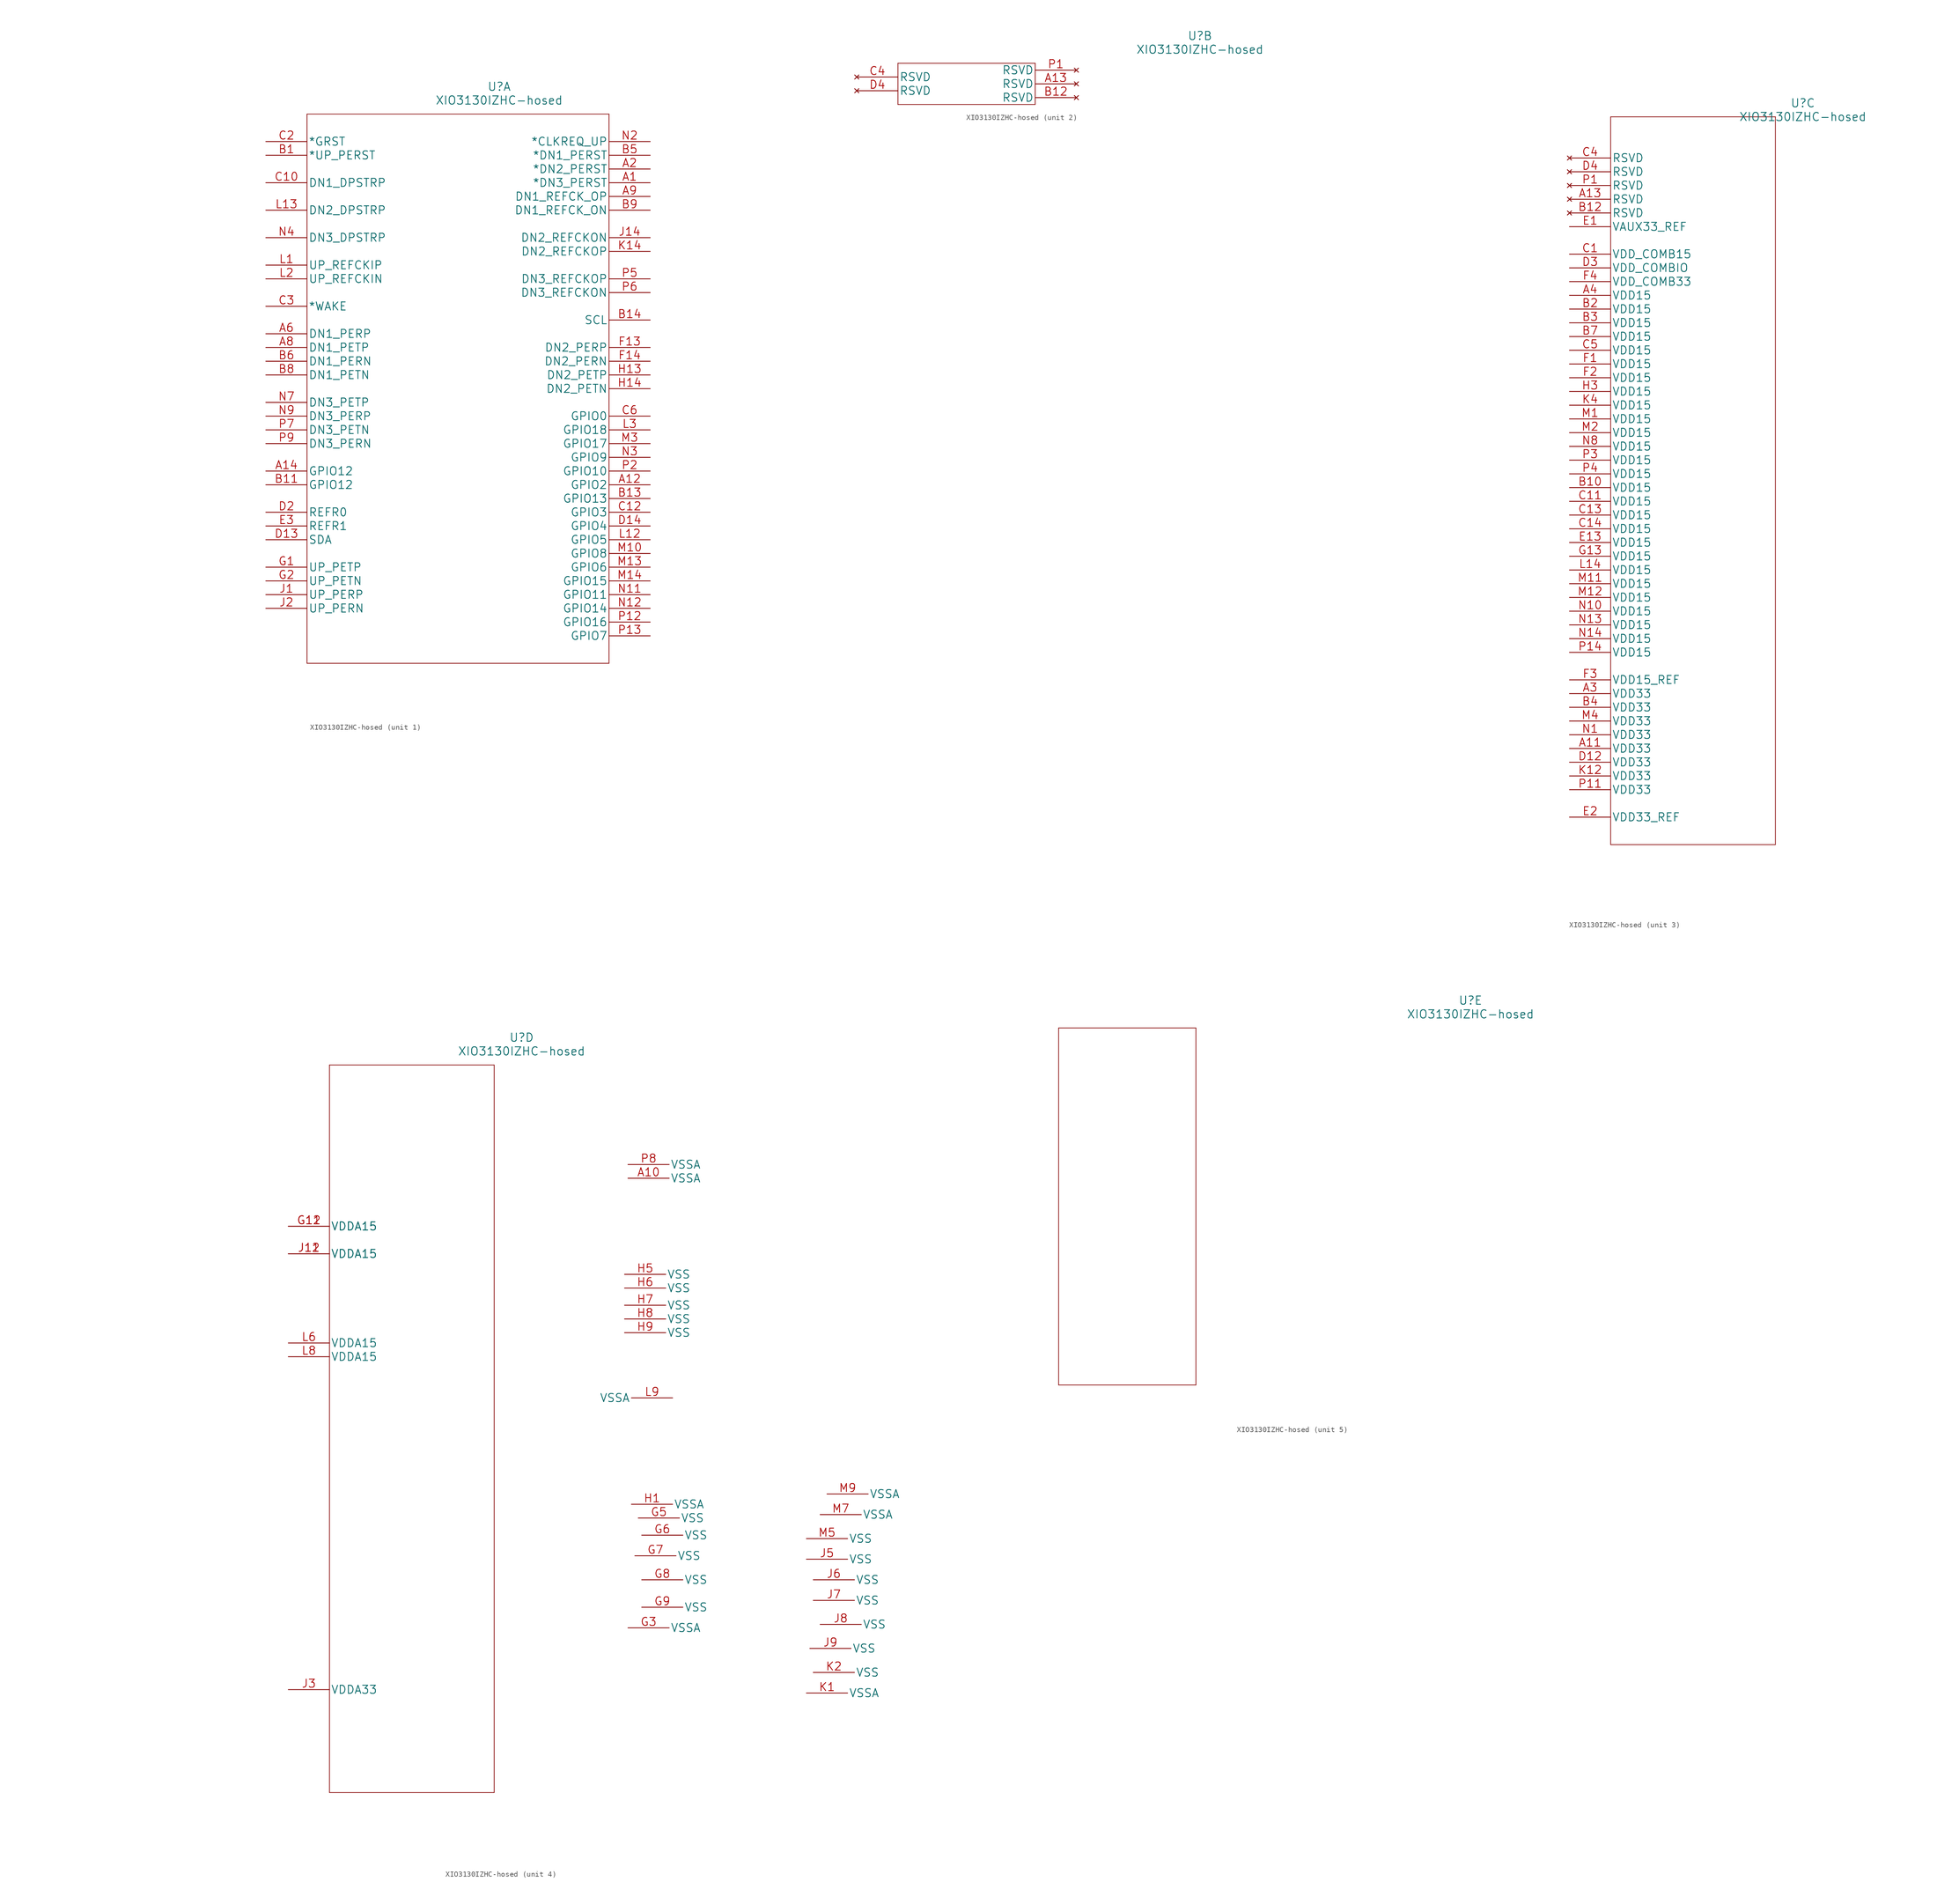
<source format=kicad_sym>
(kicad_symbol_lib
  (version 20201005)
  (generator kicad_symbol_editor)
  (symbol "AP3000:XIO3130IZHC-hosed"
    (pin_names
      (offset 0.254))
    (property "Reference" "U"
      (at 43.18 10.16 0)
      (effects (font (size 1.524 1.524))))
    (property "Value" "XIO3130IZHC-hosed"
      (at 43.18 7.62 0)
      (effects (font (size 1.524 1.524))))
    (property "Datasheet" ""
      (at -34.29 1.27 0)
      (effects (font (size 1.524 1.524))))
    (symbol "XIO3130IZHC-hosed_1_1"
      (polyline (pts (xy 7.62 -96.52) (xy 63.5 -96.52)) (stroke (width 0.127)) (fill (type none)))
      (polyline (pts (xy 7.62 5.08) (xy 7.62 -96.52)) (stroke (width 0.127)) (fill (type none)))
      (polyline (pts (xy 63.5 -96.52) (xy 63.5 5.08)) (stroke (width 0.127)) (fill (type none)))
      (polyline (pts (xy 63.5 5.08) (xy 7.62 5.08)) (stroke (width 0.127)) (fill (type none)))
      (pin output line (at 71.12 -7.62 180) (length 7.62) (name "*DN3_PERST" (effects (font (size 1.499 1.499)))) (number "A1" (effects (font (size 1.499 1.499)))))
      (pin bidirectional line (at 71.12 -63.5 180) (length 7.62) (name "GPIO2" (effects (font (size 1.499 1.499)))) (number "A12" (effects (font (size 1.499 1.499)))))
      (pin bidirectional line (at 0 -60.96 0) (length 7.62) (name "GPIO12" (effects (font (size 1.499 1.499)))) (number "A14" (effects (font (size 1.499 1.499)))))
      (pin output line (at 71.12 -5.08 180) (length 7.62) (name "*DN2_PERST" (effects (font (size 1.499 1.499)))) (number "A2" (effects (font (size 1.499 1.499)))))
      (pin unspecified line (at 0 -35.56 0) (length 7.62) (name "DN1_PERP" (effects (font (size 1.499 1.499)))) (number "A6" (effects (font (size 1.499 1.499)))))
      (pin unspecified line (at 0 -38.1 0) (length 7.62) (name "DN1_PETP" (effects (font (size 1.499 1.499)))) (number "A8" (effects (font (size 1.499 1.499)))))
      (pin output line (at 71.12 -10.16 180) (length 7.62) (name "DN1_REFCK_OP" (effects (font (size 1.499 1.499)))) (number "A9" (effects (font (size 1.499 1.499)))))
      (pin input line (at 0 -2.54 0) (length 7.62) (name "*UP_PERST" (effects (font (size 1.499 1.499)))) (number "B1" (effects (font (size 1.499 1.499)))))
      (pin bidirectional line (at 0 -63.5 0) (length 7.62) (name "GPIO12" (effects (font (size 1.499 1.499)))) (number "B11" (effects (font (size 1.499 1.499)))))
      (pin bidirectional line (at 71.12 -66.04 180) (length 7.62) (name "GPIO13" (effects (font (size 1.499 1.499)))) (number "B13" (effects (font (size 1.499 1.499)))))
      (pin output line (at 71.12 -33.02 180) (length 7.62) (name "SCL" (effects (font (size 1.499 1.499)))) (number "B14" (effects (font (size 1.499 1.499)))))
      (pin output line (at 71.12 -2.54 180) (length 7.62) (name "*DN1_PERST" (effects (font (size 1.499 1.499)))) (number "B5" (effects (font (size 1.499 1.499)))))
      (pin unspecified line (at 0 -40.64 0) (length 7.62) (name "DN1_PERN" (effects (font (size 1.499 1.499)))) (number "B6" (effects (font (size 1.499 1.499)))))
      (pin unspecified line (at 0 -43.18 0) (length 7.62) (name "DN1_PETN" (effects (font (size 1.499 1.499)))) (number "B8" (effects (font (size 1.499 1.499)))))
      (pin output line (at 71.12 -12.7 180) (length 7.62) (name "DN1_REFCK_ON" (effects (font (size 1.499 1.499)))) (number "B9" (effects (font (size 1.499 1.499)))))
      (pin input line (at 0 -7.62 0) (length 7.62) (name "DN1_DPSTRP" (effects (font (size 1.499 1.499)))) (number "C10" (effects (font (size 1.499 1.499)))))
      (pin bidirectional line (at 71.12 -68.58 180) (length 7.62) (name "GPIO3" (effects (font (size 1.499 1.499)))) (number "C12" (effects (font (size 1.499 1.499)))))
      (pin input line (at 0 0 0) (length 7.62) (name "*GRST" (effects (font (size 1.499 1.499)))) (number "C2" (effects (font (size 1.499 1.499)))))
      (pin unspecified line (at 0 -30.48 0) (length 7.62) (name "*WAKE" (effects (font (size 1.499 1.499)))) (number "C3" (effects (font (size 1.499 1.499)))))
      (pin bidirectional line (at 71.12 -50.8 180) (length 7.62) (name "GPIO0" (effects (font (size 1.499 1.499)))) (number "C6" (effects (font (size 1.499 1.499)))))
      (pin bidirectional line (at 0 -73.66 0) (length 7.62) (name "SDA" (effects (font (size 1.499 1.499)))) (number "D13" (effects (font (size 1.499 1.499)))))
      (pin bidirectional line (at 71.12 -71.12 180) (length 7.62) (name "GPIO4" (effects (font (size 1.499 1.499)))) (number "D14" (effects (font (size 1.499 1.499)))))
      (pin unspecified line (at 0 -68.58 0) (length 7.62) (name "REFR0" (effects (font (size 1.499 1.499)))) (number "D2" (effects (font (size 1.499 1.499)))))
      (pin unspecified line (at 0 -71.12 0) (length 7.62) (name "REFR1" (effects (font (size 1.499 1.499)))) (number "E3" (effects (font (size 1.499 1.499)))))
      (pin unspecified line (at 71.12 -38.1 180) (length 7.62) (name "DN2_PERP" (effects (font (size 1.499 1.499)))) (number "F13" (effects (font (size 1.499 1.499)))))
      (pin unspecified line (at 71.12 -40.64 180) (length 7.62) (name "DN2_PERN" (effects (font (size 1.499 1.499)))) (number "F14" (effects (font (size 1.499 1.499)))))
      (pin unspecified line (at 0 -78.74 0) (length 7.62) (name "UP_PETP" (effects (font (size 1.499 1.499)))) (number "G1" (effects (font (size 1.499 1.499)))))
      (pin unspecified line (at 0 -81.28 0) (length 7.62) (name "UP_PETN" (effects (font (size 1.499 1.499)))) (number "G2" (effects (font (size 1.499 1.499)))))
      (pin unspecified line (at 71.12 -43.18 180) (length 7.62) (name "DN2_PETP" (effects (font (size 1.499 1.499)))) (number "H13" (effects (font (size 1.499 1.499)))))
      (pin unspecified line (at 71.12 -45.72 180) (length 7.62) (name "DN2_PETN" (effects (font (size 1.499 1.499)))) (number "H14" (effects (font (size 1.499 1.499)))))
      (pin unspecified line (at 0 -83.82 0) (length 7.62) (name "UP_PERP" (effects (font (size 1.499 1.499)))) (number "J1" (effects (font (size 1.499 1.499)))))
      (pin output line (at 71.12 -17.78 180) (length 7.62) (name "DN2_REFCKON" (effects (font (size 1.499 1.499)))) (number "J14" (effects (font (size 1.499 1.499)))))
      (pin unspecified line (at 0 -86.36 0) (length 7.62) (name "UP_PERN" (effects (font (size 1.499 1.499)))) (number "J2" (effects (font (size 1.499 1.499)))))
      (pin output line (at 71.12 -20.32 180) (length 7.62) (name "DN2_REFCKOP" (effects (font (size 1.499 1.499)))) (number "K14" (effects (font (size 1.499 1.499)))))
      (pin input line (at 0 -22.86 0) (length 7.62) (name "UP_REFCKIP" (effects (font (size 1.499 1.499)))) (number "L1" (effects (font (size 1.499 1.499)))))
      (pin bidirectional line (at 71.12 -73.66 180) (length 7.62) (name "GPIO5" (effects (font (size 1.499 1.499)))) (number "L12" (effects (font (size 1.499 1.499)))))
      (pin input line (at 0 -12.7 0) (length 7.62) (name "DN2_DPSTRP" (effects (font (size 1.499 1.499)))) (number "L13" (effects (font (size 1.499 1.499)))))
      (pin input line (at 0 -25.4 0) (length 7.62) (name "UP_REFCKIN" (effects (font (size 1.499 1.499)))) (number "L2" (effects (font (size 1.499 1.499)))))
      (pin bidirectional line (at 71.12 -53.34 180) (length 7.62) (name "GPIO18" (effects (font (size 1.499 1.499)))) (number "L3" (effects (font (size 1.499 1.499)))))
      (pin bidirectional line (at 71.12 -76.2 180) (length 7.62) (name "GPIO8" (effects (font (size 1.499 1.499)))) (number "M10" (effects (font (size 1.499 1.499)))))
      (pin bidirectional line (at 71.12 -78.74 180) (length 7.62) (name "GPIO6" (effects (font (size 1.499 1.499)))) (number "M13" (effects (font (size 1.499 1.499)))))
      (pin bidirectional line (at 71.12 -81.28 180) (length 7.62) (name "GPIO15" (effects (font (size 1.499 1.499)))) (number "M14" (effects (font (size 1.499 1.499)))))
      (pin bidirectional line (at 71.12 -55.88 180) (length 7.62) (name "GPIO17" (effects (font (size 1.499 1.499)))) (number "M3" (effects (font (size 1.499 1.499)))))
      (pin bidirectional line (at 71.12 -83.82 180) (length 7.62) (name "GPIO11" (effects (font (size 1.499 1.499)))) (number "N11" (effects (font (size 1.499 1.499)))))
      (pin bidirectional line (at 71.12 -86.36 180) (length 7.62) (name "GPIO14" (effects (font (size 1.499 1.499)))) (number "N12" (effects (font (size 1.499 1.499)))))
      (pin output line (at 71.12 0 180) (length 7.62) (name "*CLKREQ_UP" (effects (font (size 1.499 1.499)))) (number "N2" (effects (font (size 1.499 1.499)))))
      (pin bidirectional line (at 71.12 -58.42 180) (length 7.62) (name "GPIO9" (effects (font (size 1.499 1.499)))) (number "N3" (effects (font (size 1.499 1.499)))))
      (pin input line (at 0 -17.78 0) (length 7.62) (name "DN3_DPSTRP" (effects (font (size 1.499 1.499)))) (number "N4" (effects (font (size 1.499 1.499)))))
      (pin unspecified line (at 0 -48.26 0) (length 7.62) (name "DN3_PETP" (effects (font (size 1.499 1.499)))) (number "N7" (effects (font (size 1.499 1.499)))))
      (pin unspecified line (at 0 -50.8 0) (length 7.62) (name "DN3_PERP" (effects (font (size 1.499 1.499)))) (number "N9" (effects (font (size 1.499 1.499)))))
      (pin bidirectional line (at 71.12 -88.9 180) (length 7.62) (name "GPIO16" (effects (font (size 1.499 1.499)))) (number "P12" (effects (font (size 1.499 1.499)))))
      (pin bidirectional line (at 71.12 -91.44 180) (length 7.62) (name "GPIO7" (effects (font (size 1.499 1.499)))) (number "P13" (effects (font (size 1.499 1.499)))))
      (pin bidirectional line (at 71.12 -60.96 180) (length 7.62) (name "GPIO10" (effects (font (size 1.499 1.499)))) (number "P2" (effects (font (size 1.499 1.499)))))
      (pin output line (at 71.12 -25.4 180) (length 7.62) (name "DN3_REFCKOP" (effects (font (size 1.499 1.499)))) (number "P5" (effects (font (size 1.499 1.499)))))
      (pin output line (at 71.12 -27.94 180) (length 7.62) (name "DN3_REFCKON" (effects (font (size 1.499 1.499)))) (number "P6" (effects (font (size 1.499 1.499)))))
      (pin unspecified line (at 0 -53.34 0) (length 7.62) (name "DN3_PETN" (effects (font (size 1.499 1.499)))) (number "P7" (effects (font (size 1.499 1.499)))))
      (pin unspecified line (at 0 -55.88 0) (length 7.62) (name "DN3_PERN" (effects (font (size 1.499 1.499)))) (number "P9" (effects (font (size 1.499 1.499))))))
    (symbol "XIO3130IZHC-hosed_2_1"
      (polyline (pts (xy -12.7 -2.54) (xy 12.7 -2.54)) (stroke (width 0.127)) (fill (type none)))
      (polyline (pts (xy -12.7 5.08) (xy -12.7 -2.54)) (stroke (width 0.127)) (fill (type none)))
      (polyline (pts (xy 12.7 -2.54) (xy 12.7 5.08)) (stroke (width 0.127)) (fill (type none)))
      (polyline (pts (xy 12.7 5.08) (xy -12.7 5.08)) (stroke (width 0.127)) (fill (type none)))
      (pin no_connect line (at 20.32 1.27 180) (length 7.62) (name "RSVD" (effects (font (size 1.499 1.499)))) (number "A13" (effects (font (size 1.499 1.499)))))
      (pin no_connect line (at 20.32 -1.27 180) (length 7.62) (name "RSVD" (effects (font (size 1.499 1.499)))) (number "B12" (effects (font (size 1.499 1.499)))))
      (pin no_connect line (at -20.32 2.54 0) (length 7.62) (name "RSVD" (effects (font (size 1.499 1.499)))) (number "C4" (effects (font (size 1.499 1.499)))))
      (pin no_connect line (at -20.32 0 0) (length 7.62) (name "RSVD" (effects (font (size 1.499 1.499)))) (number "D4" (effects (font (size 1.499 1.499)))))
      (pin no_connect line (at 20.32 3.81 180) (length 7.62) (name "RSVD" (effects (font (size 1.499 1.499)))) (number "P1" (effects (font (size 1.499 1.499))))))
    (symbol "XIO3130IZHC-hosed_3_1"
      (polyline (pts (xy 7.62 -127) (xy 38.1 -127)) (stroke (width 0.127)) (fill (type none)))
      (polyline (pts (xy 7.62 7.62) (xy 7.62 -127)) (stroke (width 0.127)) (fill (type none)))
      (polyline (pts (xy 38.1 -127) (xy 38.1 7.62)) (stroke (width 0.127)) (fill (type none)))
      (polyline (pts (xy 38.1 7.62) (xy 7.62 7.62)) (stroke (width 0.127)) (fill (type none)))
      (pin power_in line (at 0 -109.22 0) (length 7.62) (name "VDD33" (effects (font (size 1.499 1.499)))) (number "A11" (effects (font (size 1.499 1.499)))))
      (pin no_connect line (at 0 -7.62 0) (length 7.62) (name "RSVD" (effects (font (size 1.499 1.499)))) (number "A13" (effects (font (size 1.499 1.499)))))
      (pin power_in line (at 0 -99.06 0) (length 7.62) (name "VDD33" (effects (font (size 1.499 1.499)))) (number "A3" (effects (font (size 1.499 1.499)))))
      (pin power_in line (at 0 -25.4 0) (length 7.62) (name "VDD15" (effects (font (size 1.499 1.499)))) (number "A4" (effects (font (size 1.499 1.499)))))
      (pin power_in line (at 0 -60.96 0) (length 7.62) (name "VDD15" (effects (font (size 1.499 1.499)))) (number "B10" (effects (font (size 1.499 1.499)))))
      (pin no_connect line (at 0 -10.16 0) (length 7.62) (name "RSVD" (effects (font (size 1.499 1.499)))) (number "B12" (effects (font (size 1.499 1.499)))))
      (pin power_in line (at 0 -27.94 0) (length 7.62) (name "VDD15" (effects (font (size 1.499 1.499)))) (number "B2" (effects (font (size 1.499 1.499)))))
      (pin power_in line (at 0 -30.48 0) (length 7.62) (name "VDD15" (effects (font (size 1.499 1.499)))) (number "B3" (effects (font (size 1.499 1.499)))))
      (pin power_in line (at 0 -101.6 0) (length 7.62) (name "VDD33" (effects (font (size 1.499 1.499)))) (number "B4" (effects (font (size 1.499 1.499)))))
      (pin power_in line (at 0 -33.02 0) (length 7.62) (name "VDD15" (effects (font (size 1.499 1.499)))) (number "B7" (effects (font (size 1.499 1.499)))))
      (pin power_in line (at 0 -17.78 0) (length 7.62) (name "VDD_COMB15" (effects (font (size 1.499 1.499)))) (number "C1" (effects (font (size 1.499 1.499)))))
      (pin power_in line (at 0 -63.5 0) (length 7.62) (name "VDD15" (effects (font (size 1.499 1.499)))) (number "C11" (effects (font (size 1.499 1.499)))))
      (pin power_in line (at 0 -66.04 0) (length 7.62) (name "VDD15" (effects (font (size 1.499 1.499)))) (number "C13" (effects (font (size 1.499 1.499)))))
      (pin power_in line (at 0 -68.58 0) (length 7.62) (name "VDD15" (effects (font (size 1.499 1.499)))) (number "C14" (effects (font (size 1.499 1.499)))))
      (pin no_connect line (at 0 0 0) (length 7.62) (name "RSVD" (effects (font (size 1.499 1.499)))) (number "C4" (effects (font (size 1.499 1.499)))))
      (pin power_in line (at 0 -35.56 0) (length 7.62) (name "VDD15" (effects (font (size 1.499 1.499)))) (number "C5" (effects (font (size 1.499 1.499)))))
      (pin power_in line (at 0 -111.76 0) (length 7.62) (name "VDD33" (effects (font (size 1.499 1.499)))) (number "D12" (effects (font (size 1.499 1.499)))))
      (pin power_in line (at 0 -20.32 0) (length 7.62) (name "VDD_COMBIO" (effects (font (size 1.499 1.499)))) (number "D3" (effects (font (size 1.499 1.499)))))
      (pin no_connect line (at 0 -2.54 0) (length 7.62) (name "RSVD" (effects (font (size 1.499 1.499)))) (number "D4" (effects (font (size 1.499 1.499)))))
      (pin power_in line (at 0 -12.7 0) (length 7.62) (name "VAUX33_REF" (effects (font (size 1.499 1.499)))) (number "E1" (effects (font (size 1.499 1.499)))))
      (pin power_in line (at 0 -71.12 0) (length 7.62) (name "VDD15" (effects (font (size 1.499 1.499)))) (number "E13" (effects (font (size 1.499 1.499)))))
      (pin power_in line (at 0 -121.92 0) (length 7.62) (name "VDD33_REF" (effects (font (size 1.499 1.499)))) (number "E2" (effects (font (size 1.499 1.499)))))
      (pin power_in line (at 0 -38.1 0) (length 7.62) (name "VDD15" (effects (font (size 1.499 1.499)))) (number "F1" (effects (font (size 1.499 1.499)))))
      (pin power_in line (at 0 -40.64 0) (length 7.62) (name "VDD15" (effects (font (size 1.499 1.499)))) (number "F2" (effects (font (size 1.499 1.499)))))
      (pin power_in line (at 0 -96.52 0) (length 7.62) (name "VDD15_REF" (effects (font (size 1.499 1.499)))) (number "F3" (effects (font (size 1.499 1.499)))))
      (pin power_in line (at 0 -22.86 0) (length 7.62) (name "VDD_COMB33" (effects (font (size 1.499 1.499)))) (number "F4" (effects (font (size 1.499 1.499)))))
      (pin power_in line (at 0 -73.66 0) (length 7.62) (name "VDD15" (effects (font (size 1.499 1.499)))) (number "G13" (effects (font (size 1.499 1.499)))))
      (pin power_in line (at 0 -43.18 0) (length 7.62) (name "VDD15" (effects (font (size 1.499 1.499)))) (number "H3" (effects (font (size 1.499 1.499)))))
      (pin power_in line (at 0 -114.3 0) (length 7.62) (name "VDD33" (effects (font (size 1.499 1.499)))) (number "K12" (effects (font (size 1.499 1.499)))))
      (pin power_in line (at 0 -45.72 0) (length 7.62) (name "VDD15" (effects (font (size 1.499 1.499)))) (number "K4" (effects (font (size 1.499 1.499)))))
      (pin power_in line (at 0 -76.2 0) (length 7.62) (name "VDD15" (effects (font (size 1.499 1.499)))) (number "L14" (effects (font (size 1.499 1.499)))))
      (pin power_in line (at 0 -48.26 0) (length 7.62) (name "VDD15" (effects (font (size 1.499 1.499)))) (number "M1" (effects (font (size 1.499 1.499)))))
      (pin power_in line (at 0 -78.74 0) (length 7.62) (name "VDD15" (effects (font (size 1.499 1.499)))) (number "M11" (effects (font (size 1.499 1.499)))))
      (pin power_in line (at 0 -81.28 0) (length 7.62) (name "VDD15" (effects (font (size 1.499 1.499)))) (number "M12" (effects (font (size 1.499 1.499)))))
      (pin power_in line (at 0 -50.8 0) (length 7.62) (name "VDD15" (effects (font (size 1.499 1.499)))) (number "M2" (effects (font (size 1.499 1.499)))))
      (pin power_in line (at 0 -104.14 0) (length 7.62) (name "VDD33" (effects (font (size 1.499 1.499)))) (number "M4" (effects (font (size 1.499 1.499)))))
      (pin power_in line (at 0 -106.68 0) (length 7.62) (name "VDD33" (effects (font (size 1.499 1.499)))) (number "N1" (effects (font (size 1.499 1.499)))))
      (pin power_in line (at 0 -83.82 0) (length 7.62) (name "VDD15" (effects (font (size 1.499 1.499)))) (number "N10" (effects (font (size 1.499 1.499)))))
      (pin power_in line (at 0 -86.36 0) (length 7.62) (name "VDD15" (effects (font (size 1.499 1.499)))) (number "N13" (effects (font (size 1.499 1.499)))))
      (pin power_in line (at 0 -88.9 0) (length 7.62) (name "VDD15" (effects (font (size 1.499 1.499)))) (number "N14" (effects (font (size 1.499 1.499)))))
      (pin power_in line (at 0 -53.34 0) (length 7.62) (name "VDD15" (effects (font (size 1.499 1.499)))) (number "N8" (effects (font (size 1.499 1.499)))))
      (pin no_connect line (at 0 -5.08 0) (length 7.62) (name "RSVD" (effects (font (size 1.499 1.499)))) (number "P1" (effects (font (size 1.499 1.499)))))
      (pin power_in line (at 0 -116.84 0) (length 7.62) (name "VDD33" (effects (font (size 1.499 1.499)))) (number "P11" (effects (font (size 1.499 1.499)))))
      (pin power_in line (at 0 -91.44 0) (length 7.62) (name "VDD15" (effects (font (size 1.499 1.499)))) (number "P14" (effects (font (size 1.499 1.499)))))
      (pin power_in line (at 0 -55.88 0) (length 7.62) (name "VDD15" (effects (font (size 1.499 1.499)))) (number "P3" (effects (font (size 1.499 1.499)))))
      (pin power_in line (at 0 -58.42 0) (length 7.62) (name "VDD15" (effects (font (size 1.499 1.499)))) (number "P4" (effects (font (size 1.499 1.499))))))
    (symbol "XIO3130IZHC-hosed_4_1"
      (polyline (pts (xy 7.62 -129.54) (xy 38.1 -129.54)) (stroke (width 0.127)) (fill (type none)))
      (polyline (pts (xy 7.62 5.08) (xy 7.62 -129.54)) (stroke (width 0.127)) (fill (type none)))
      (polyline (pts (xy 38.1 -129.54) (xy 38.1 5.08)) (stroke (width 0.127)) (fill (type none)))
      (polyline (pts (xy 38.1 5.08) (xy 7.62 5.08)) (stroke (width 0.127)) (fill (type none)))
      (pin power_in line (at 62.865 -15.875 0) (length 7.62) (name "VSSA" (effects (font (size 1.499 1.499)))) (number "A10" (effects (font (size 1.499 1.499)))))
      (pin power_in line (at 0 -24.765 0) (length 7.62) (name "VDDA15" (effects (font (size 1.499 1.499)))) (number "G11" (effects (font (size 1.499 1.499)))))
      (pin power_in line (at 0 -24.765 0) (length 7.62) (name "VDDA15" (effects (font (size 1.499 1.499)))) (number "G12" (effects (font (size 1.499 1.499)))))
      (pin power_in line (at 62.865 -99.06 0) (length 7.62) (name "VSSA" (effects (font (size 1.499 1.499)))) (number "G3" (effects (font (size 1.499 1.499)))))
      (pin power_in line (at 64.77 -78.74 0) (length 7.62) (name "VSS" (effects (font (size 1.499 1.499)))) (number "G5" (effects (font (size 1.499 1.499)))))
      (pin power_in line (at 65.405 -81.915 0) (length 7.62) (name "VSS" (effects (font (size 1.499 1.499)))) (number "G6" (effects (font (size 1.499 1.499)))))
      (pin power_in line (at 64.135 -85.725 0) (length 7.62) (name "VSS" (effects (font (size 1.499 1.499)))) (number "G7" (effects (font (size 1.499 1.499)))))
      (pin power_in line (at 65.405 -90.17 0) (length 7.62) (name "VSS" (effects (font (size 1.499 1.499)))) (number "G8" (effects (font (size 1.499 1.499)))))
      (pin power_in line (at 65.405 -95.25 0) (length 7.62) (name "VSS" (effects (font (size 1.499 1.499)))) (number "G9" (effects (font (size 1.499 1.499)))))
      (pin power_in line (at 63.5 -76.2 0) (length 7.62) (name "VSSA" (effects (font (size 1.499 1.499)))) (number "H1" (effects (font (size 1.499 1.499)))))
      (pin power_in line (at 62.23 -33.655 0) (length 7.62) (name "VSS" (effects (font (size 1.499 1.499)))) (number "H5" (effects (font (size 1.499 1.499)))))
      (pin power_in line (at 62.23 -36.195 0) (length 7.62) (name "VSS" (effects (font (size 1.499 1.499)))) (number "H6" (effects (font (size 1.499 1.499)))))
      (pin power_in line (at 62.23 -39.37 0) (length 7.62) (name "VSS" (effects (font (size 1.499 1.499)))) (number "H7" (effects (font (size 1.499 1.499)))))
      (pin power_in line (at 62.23 -41.91 0) (length 7.62) (name "VSS" (effects (font (size 1.499 1.499)))) (number "H8" (effects (font (size 1.499 1.499)))))
      (pin power_in line (at 62.23 -44.45 0) (length 7.62) (name "VSS" (effects (font (size 1.499 1.499)))) (number "H9" (effects (font (size 1.499 1.499)))))
      (pin power_in line (at 0 -29.845 0) (length 7.62) (name "VDDA15" (effects (font (size 1.499 1.499)))) (number "J11" (effects (font (size 1.499 1.499)))))
      (pin power_in line (at 0 -29.845 0) (length 7.62) (name "VDDA15" (effects (font (size 1.499 1.499)))) (number "J12" (effects (font (size 1.499 1.499)))))
      (pin power_in line (at 0 -110.49 0) (length 7.62) (name "VDDA33" (effects (font (size 1.499 1.499)))) (number "J3" (effects (font (size 1.499 1.499)))))
      (pin power_in line (at 95.885 -86.36 0) (length 7.62) (name "VSS" (effects (font (size 1.499 1.499)))) (number "J5" (effects (font (size 1.499 1.499)))))
      (pin power_in line (at 97.155 -90.17 0) (length 7.62) (name "VSS" (effects (font (size 1.499 1.499)))) (number "J6" (effects (font (size 1.499 1.499)))))
      (pin power_in line (at 97.155 -93.98 0) (length 7.62) (name "VSS" (effects (font (size 1.499 1.499)))) (number "J7" (effects (font (size 1.499 1.499)))))
      (pin power_in line (at 98.425 -98.425 0) (length 7.62) (name "VSS" (effects (font (size 1.499 1.499)))) (number "J8" (effects (font (size 1.499 1.499)))))
      (pin power_in line (at 96.52 -102.87 0) (length 7.62) (name "VSS" (effects (font (size 1.499 1.499)))) (number "J9" (effects (font (size 1.499 1.499)))))
      (pin power_in line (at 95.885 -111.125 0) (length 7.62) (name "VSSA" (effects (font (size 1.499 1.499)))) (number "K1" (effects (font (size 1.499 1.499)))))
      (pin power_in line (at 97.155 -107.315 0) (length 7.62) (name "VSS" (effects (font (size 1.499 1.499)))) (number "K2" (effects (font (size 1.499 1.499)))))
      (pin power_in line (at 0 -46.355 0) (length 7.62) (name "VDDA15" (effects (font (size 1.499 1.499)))) (number "L6" (effects (font (size 1.499 1.499)))))
      (pin power_in line (at 0 -48.895 0) (length 7.62) (name "VDDA15" (effects (font (size 1.499 1.499)))) (number "L8" (effects (font (size 1.499 1.499)))))
      (pin power_in line (at 71.12 -56.515 180) (length 7.62) (name "VSSA" (effects (font (size 1.499 1.499)))) (number "L9" (effects (font (size 1.499 1.499)))))
      (pin power_in line (at 95.885 -82.55 0) (length 7.62) (name "VSS" (effects (font (size 1.499 1.499)))) (number "M5" (effects (font (size 1.499 1.499)))))
      (pin power_in line (at 98.425 -78.105 0) (length 7.62) (name "VSSA" (effects (font (size 1.499 1.499)))) (number "M7" (effects (font (size 1.499 1.499)))))
      (pin power_in line (at 99.695 -74.295 0) (length 7.62) (name "VSSA" (effects (font (size 1.499 1.499)))) (number "M9" (effects (font (size 1.499 1.499)))))
      (pin power_in line (at 62.865 -13.335 0) (length 7.62) (name "VSSA" (effects (font (size 1.499 1.499)))) (number "P8" (effects (font (size 1.499 1.499))))))
    (symbol "XIO3130IZHC-hosed_5_1"
      (polyline (pts (xy -33.02 -60.96) (xy -7.62 -60.96)) (stroke (width 0.127)) (fill (type none)))
      (polyline (pts (xy -33.02 5.08) (xy -33.02 -60.96)) (stroke (width 0.127)) (fill (type none)))
      (polyline (pts (xy -7.62 -60.96) (xy -7.62 5.08)) (stroke (width 0.127)) (fill (type none)))
      (polyline (pts (xy -7.62 5.08) (xy -33.02 5.08)) (stroke (width 0.127)) (fill (type none))))))
</source>
